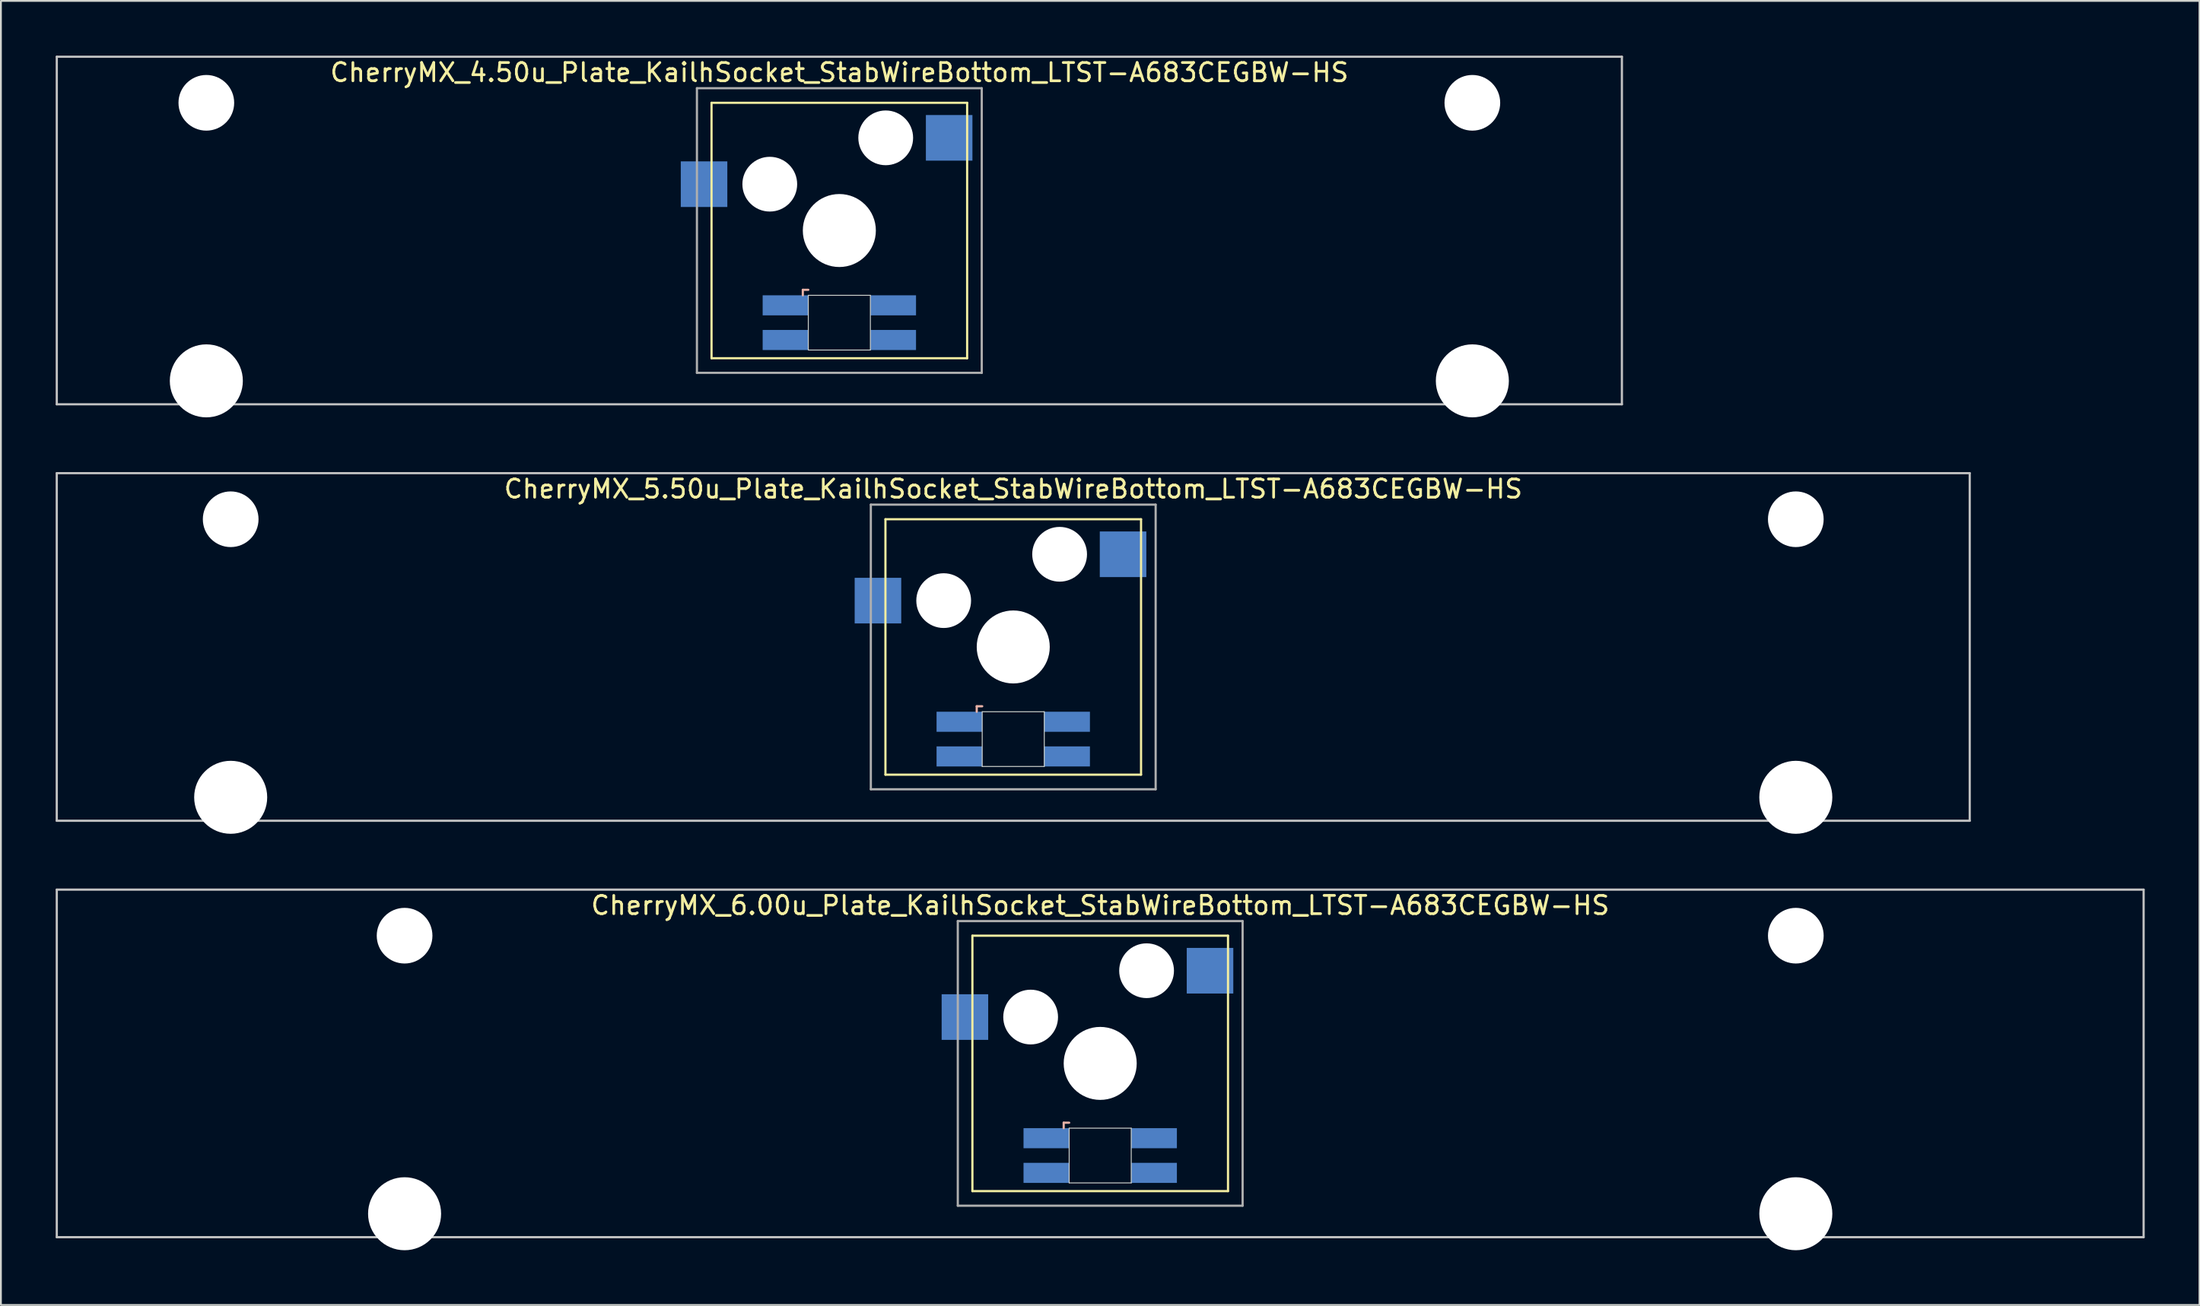
<source format=kicad_pcb>
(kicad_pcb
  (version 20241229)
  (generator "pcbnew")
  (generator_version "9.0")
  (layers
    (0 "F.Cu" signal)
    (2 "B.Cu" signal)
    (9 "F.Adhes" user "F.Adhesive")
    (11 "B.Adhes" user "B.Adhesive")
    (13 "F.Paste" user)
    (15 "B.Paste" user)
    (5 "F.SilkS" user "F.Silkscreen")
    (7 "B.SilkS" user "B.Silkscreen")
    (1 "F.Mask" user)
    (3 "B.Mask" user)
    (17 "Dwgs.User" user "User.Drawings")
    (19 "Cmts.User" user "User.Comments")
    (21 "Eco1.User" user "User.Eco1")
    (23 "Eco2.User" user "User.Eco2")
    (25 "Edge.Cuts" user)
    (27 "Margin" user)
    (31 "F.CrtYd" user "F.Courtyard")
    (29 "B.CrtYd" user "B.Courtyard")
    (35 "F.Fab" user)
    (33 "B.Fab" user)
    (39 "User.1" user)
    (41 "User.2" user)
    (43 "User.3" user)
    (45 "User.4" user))
  (footprint "CherryMX_5.50u_Plate_KailhSocket_StabWireBottom_LTST-A683CEGBW-HS"
    (layer "F.Cu")
    (at 52.447 32.41)
    (property "Reference" "CherryMX_5.50u_Plate_KailhSocket_StabWireBottom_LTST-A683CEGBW-HS" (at 0 -8.662 0) (layer "F.SilkS") (effects (font (size 1 1) (thickness 0.15))))
    (attr through_hole)
    (fp_line (start -7 -7) (end -7 7) (stroke (width 0.12) (type solid)) (layer "F.SilkS"))
    (fp_line (start -7 -7) (end 7 -7) (stroke (width 0.12) (type solid)) (layer "F.SilkS"))
    (fp_line (start 7 -7) (end 7 7) (stroke (width 0.12) (type solid)) (layer "F.SilkS"))
    (fp_line (start 7 7) (end -7 7) (stroke (width 0.12) (type solid)) (layer "F.SilkS"))
    (fp_line (start -2 3.25) (end -2 3.55) (stroke (width 0.12) (type solid)) (layer "B.SilkS"))
    (fp_line (start -1.7 3.25) (end -2 3.25) (stroke (width 0.12) (type solid)) (layer "B.SilkS"))
    (fp_line (start -52.388 -9.525) (end 52.388 -9.525) (stroke (width 0.12) (type solid)) (layer "Dwgs.User"))
    (fp_line (start -52.388 9.525) (end -52.388 -9.525) (stroke (width 0.12) (type solid)) (layer "Dwgs.User"))
    (fp_line (start 52.388 -9.525) (end 52.388 9.525) (stroke (width 0.12) (type solid)) (layer "Dwgs.User"))
    (fp_line (start 52.388 9.525) (end -52.388 9.525) (stroke (width 0.12) (type solid)) (layer "Dwgs.User"))
    (fp_line (start -1.7 3.55) (end 1.7 3.55) (stroke (width 0.05) (type solid)) (layer "Edge.Cuts"))
    (fp_line (start -1.7 6.55) (end -1.7 3.55) (stroke (width 0.05) (type solid)) (layer "Edge.Cuts"))
    (fp_line (start 1.7 3.55) (end 1.7 6.55) (stroke (width 0.05) (type solid)) (layer "Edge.Cuts"))
    (fp_line (start 1.7 6.55) (end -1.7 6.55) (stroke (width 0.05) (type solid)) (layer "Edge.Cuts"))
    (fp_line (start -7.8 -7.8) (end -7.8 7.8) (stroke (width 0.12) (type solid)) (layer "F.Fab"))
    (fp_line (start -7.8 -7.8) (end 7.8 -7.8) (stroke (width 0.12) (type solid)) (layer "F.Fab"))
    (fp_line (start -7.8 7.8) (end 7.8 7.8) (stroke (width 0.12) (type solid)) (layer "F.Fab"))
    (fp_line (start 7.8 -7.8) (end 7.8 7.8) (stroke (width 0.12) (type solid)) (layer "F.Fab"))
    (pad "" np_thru_hole circle (at -42.862 -7) (size 3.05 3.05) (drill 3.05) (layers "*.Cu" "*.Mask"))
    (pad "" np_thru_hole circle (at -42.862 8.24) (size 4 4) (drill 4) (layers "*.Cu" "*.Mask"))
    (pad "" np_thru_hole circle (at -3.81 -2.54) (size 3 3) (drill 3) (layers "*.Cu" "*.Mask"))
    (pad "" np_thru_hole circle (at 0 0) (size 4 4) (drill 4) (layers "*.Cu" "*.Mask"))
    (pad "" np_thru_hole circle (at 2.54 -5.08) (size 3 3) (drill 3) (layers "*.Cu" "*.Mask"))
    (pad "" np_thru_hole circle (at 42.862 -7) (size 3.05 3.05) (drill 3.05) (layers "*.Cu" "*.Mask"))
    (pad "" np_thru_hole circle (at 42.862 8.24) (size 4 4) (drill 4) (layers "*.Cu" "*.Mask"))
    (pad "1" smd rect (at -7.41 -2.54) (size 2.55 2.5) (layers "B.Cu" "B.Mask" "B.Paste"))
    (pad "2" smd rect (at 6.015 -5.08) (size 2.55 2.5) (layers "B.Cu" "B.Mask" "B.Paste"))
    (pad "3" smd rect (at -2.95 4.1) (size 2.5 1.1) (layers "B.Cu" "B.Mask" "B.Paste"))
    (pad "4" smd rect (at -2.95 6) (size 2.5 1.1) (layers "B.Cu" "B.Mask" "B.Paste"))
    (pad "5" smd rect (at 2.95 4.1) (size 2.5 1.1) (layers "B.Cu" "B.Mask" "B.Paste"))
    (pad "6" smd rect (at 2.95 6) (size 2.5 1.1) (layers "B.Cu" "B.Mask" "B.Paste")))
  (footprint "CherryMX_4.50u_Plate_KailhSocket_StabWireBottom_LTST-A683CEGBW-HS"
    (layer "F.Cu")
    (at 42.922 9.585)
    (property "Reference" "CherryMX_4.50u_Plate_KailhSocket_StabWireBottom_LTST-A683CEGBW-HS" (at 0 -8.662 0) (layer "F.SilkS") (effects (font (size 1 1) (thickness 0.15))))
    (attr through_hole)
    (fp_line (start -7 -7) (end -7 7) (stroke (width 0.12) (type solid)) (layer "F.SilkS"))
    (fp_line (start -7 -7) (end 7 -7) (stroke (width 0.12) (type solid)) (layer "F.SilkS"))
    (fp_line (start 7 -7) (end 7 7) (stroke (width 0.12) (type solid)) (layer "F.SilkS"))
    (fp_line (start 7 7) (end -7 7) (stroke (width 0.12) (type solid)) (layer "F.SilkS"))
    (fp_line (start -2 3.25) (end -2 3.55) (stroke (width 0.12) (type solid)) (layer "B.SilkS"))
    (fp_line (start -1.7 3.25) (end -2 3.25) (stroke (width 0.12) (type solid)) (layer "B.SilkS"))
    (fp_line (start -42.862 -9.525) (end 42.862 -9.525) (stroke (width 0.12) (type solid)) (layer "Dwgs.User"))
    (fp_line (start -42.862 9.525) (end -42.862 -9.525) (stroke (width 0.12) (type solid)) (layer "Dwgs.User"))
    (fp_line (start 42.862 -9.525) (end 42.862 9.525) (stroke (width 0.12) (type solid)) (layer "Dwgs.User"))
    (fp_line (start 42.862 9.525) (end -42.862 9.525) (stroke (width 0.12) (type solid)) (layer "Dwgs.User"))
    (fp_line (start -1.7 3.55) (end 1.7 3.55) (stroke (width 0.05) (type solid)) (layer "Edge.Cuts"))
    (fp_line (start -1.7 6.55) (end -1.7 3.55) (stroke (width 0.05) (type solid)) (layer "Edge.Cuts"))
    (fp_line (start 1.7 3.55) (end 1.7 6.55) (stroke (width 0.05) (type solid)) (layer "Edge.Cuts"))
    (fp_line (start 1.7 6.55) (end -1.7 6.55) (stroke (width 0.05) (type solid)) (layer "Edge.Cuts"))
    (fp_line (start -7.8 -7.8) (end -7.8 7.8) (stroke (width 0.12) (type solid)) (layer "F.Fab"))
    (fp_line (start -7.8 -7.8) (end 7.8 -7.8) (stroke (width 0.12) (type solid)) (layer "F.Fab"))
    (fp_line (start -7.8 7.8) (end 7.8 7.8) (stroke (width 0.12) (type solid)) (layer "F.Fab"))
    (fp_line (start 7.8 -7.8) (end 7.8 7.8) (stroke (width 0.12) (type solid)) (layer "F.Fab"))
    (pad "" np_thru_hole circle (at -34.671 -7) (size 3.05 3.05) (drill 3.05) (layers "*.Cu" "*.Mask"))
    (pad "" np_thru_hole circle (at -34.671 8.24) (size 4 4) (drill 4) (layers "*.Cu" "*.Mask"))
    (pad "" np_thru_hole circle (at -3.81 -2.54) (size 3 3) (drill 3) (layers "*.Cu" "*.Mask"))
    (pad "" np_thru_hole circle (at 0 0) (size 4 4) (drill 4) (layers "*.Cu" "*.Mask"))
    (pad "" np_thru_hole circle (at 2.54 -5.08) (size 3 3) (drill 3) (layers "*.Cu" "*.Mask"))
    (pad "" np_thru_hole circle (at 34.671 -7) (size 3.05 3.05) (drill 3.05) (layers "*.Cu" "*.Mask"))
    (pad "" np_thru_hole circle (at 34.671 8.24) (size 4 4) (drill 4) (layers "*.Cu" "*.Mask"))
    (pad "1" smd rect (at -7.41 -2.54) (size 2.55 2.5) (layers "B.Cu" "B.Mask" "B.Paste"))
    (pad "2" smd rect (at 6.015 -5.08) (size 2.55 2.5) (layers "B.Cu" "B.Mask" "B.Paste"))
    (pad "3" smd rect (at -2.95 4.1) (size 2.5 1.1) (layers "B.Cu" "B.Mask" "B.Paste"))
    (pad "4" smd rect (at -2.95 6) (size 2.5 1.1) (layers "B.Cu" "B.Mask" "B.Paste"))
    (pad "5" smd rect (at 2.95 4.1) (size 2.5 1.1) (layers "B.Cu" "B.Mask" "B.Paste"))
    (pad "6" smd rect (at 2.95 6) (size 2.5 1.1) (layers "B.Cu" "B.Mask" "B.Paste")))
  (footprint "CherryMX_6.00u_Plate_KailhSocket_StabWireBottom_LTST-A683CEGBW-HS"
    (layer "F.Cu")
    (at 57.21 55.235)
    (property "Reference" "CherryMX_6.00u_Plate_KailhSocket_StabWireBottom_LTST-A683CEGBW-HS" (at 0 -8.662 0) (layer "F.SilkS") (effects (font (size 1 1) (thickness 0.15))))
    (attr through_hole)
    (fp_line (start -7 -7) (end -7 7) (stroke (width 0.12) (type solid)) (layer "F.SilkS"))
    (fp_line (start -7 -7) (end 7 -7) (stroke (width 0.12) (type solid)) (layer "F.SilkS"))
    (fp_line (start 7 -7) (end 7 7) (stroke (width 0.12) (type solid)) (layer "F.SilkS"))
    (fp_line (start 7 7) (end -7 7) (stroke (width 0.12) (type solid)) (layer "F.SilkS"))
    (fp_line (start -2 3.25) (end -2 3.55) (stroke (width 0.12) (type solid)) (layer "B.SilkS"))
    (fp_line (start -1.7 3.25) (end -2 3.25) (stroke (width 0.12) (type solid)) (layer "B.SilkS"))
    (fp_line (start -57.15 -9.525) (end 57.15 -9.525) (stroke (width 0.12) (type solid)) (layer "Dwgs.User"))
    (fp_line (start -57.15 9.525) (end -57.15 -9.525) (stroke (width 0.12) (type solid)) (layer "Dwgs.User"))
    (fp_line (start 57.15 -9.525) (end 57.15 9.525) (stroke (width 0.12) (type solid)) (layer "Dwgs.User"))
    (fp_line (start 57.15 9.525) (end -57.15 9.525) (stroke (width 0.12) (type solid)) (layer "Dwgs.User"))
    (fp_line (start -1.7 3.55) (end 1.7 3.55) (stroke (width 0.05) (type solid)) (layer "Edge.Cuts"))
    (fp_line (start -1.7 6.55) (end -1.7 3.55) (stroke (width 0.05) (type solid)) (layer "Edge.Cuts"))
    (fp_line (start 1.7 3.55) (end 1.7 6.55) (stroke (width 0.05) (type solid)) (layer "Edge.Cuts"))
    (fp_line (start 1.7 6.55) (end -1.7 6.55) (stroke (width 0.05) (type solid)) (layer "Edge.Cuts"))
    (fp_line (start -7.8 -7.8) (end -7.8 7.8) (stroke (width 0.12) (type solid)) (layer "F.Fab"))
    (fp_line (start -7.8 -7.8) (end 7.8 -7.8) (stroke (width 0.12) (type solid)) (layer "F.Fab"))
    (fp_line (start -7.8 7.8) (end 7.8 7.8) (stroke (width 0.12) (type solid)) (layer "F.Fab"))
    (fp_line (start 7.8 -7.8) (end 7.8 7.8) (stroke (width 0.12) (type solid)) (layer "F.Fab"))
    (pad "" np_thru_hole circle (at -38.1 -7) (size 3.05 3.05) (drill 3.05) (layers "*.Cu" "*.Mask"))
    (pad "" np_thru_hole circle (at -38.1 8.24) (size 4 4) (drill 4) (layers "*.Cu" "*.Mask"))
    (pad "" np_thru_hole circle (at -3.81 -2.54) (size 3 3) (drill 3) (layers "*.Cu" "*.Mask"))
    (pad "" np_thru_hole circle (at 0 0) (size 4 4) (drill 4) (layers "*.Cu" "*.Mask"))
    (pad "" np_thru_hole circle (at 2.54 -5.08) (size 3 3) (drill 3) (layers "*.Cu" "*.Mask"))
    (pad "" np_thru_hole circle (at 38.1 -7) (size 3.05 3.05) (drill 3.05) (layers "*.Cu" "*.Mask"))
    (pad "" np_thru_hole circle (at 38.1 8.24) (size 4 4) (drill 4) (layers "*.Cu" "*.Mask"))
    (pad "1" smd rect (at -7.41 -2.54) (size 2.55 2.5) (layers "B.Cu" "B.Mask" "B.Paste"))
    (pad "2" smd rect (at 6.015 -5.08) (size 2.55 2.5) (layers "B.Cu" "B.Mask" "B.Paste"))
    (pad "3" smd rect (at -2.95 4.1) (size 2.5 1.1) (layers "B.Cu" "B.Mask" "B.Paste"))
    (pad "4" smd rect (at -2.95 6) (size 2.5 1.1) (layers "B.Cu" "B.Mask" "B.Paste"))
    (pad "5" smd rect (at 2.95 4.1) (size 2.5 1.1) (layers "B.Cu" "B.Mask" "B.Paste"))
    (pad "6" smd rect (at 2.95 6) (size 2.5 1.1) (layers "B.Cu" "B.Mask" "B.Paste")))
  (gr_rect
    (start -3 -3)
    (end 117.42 68.475)
    (stroke (width 0.1) (type default))
    (fill no)
    (layer "Edge.Cuts")))
</source>
